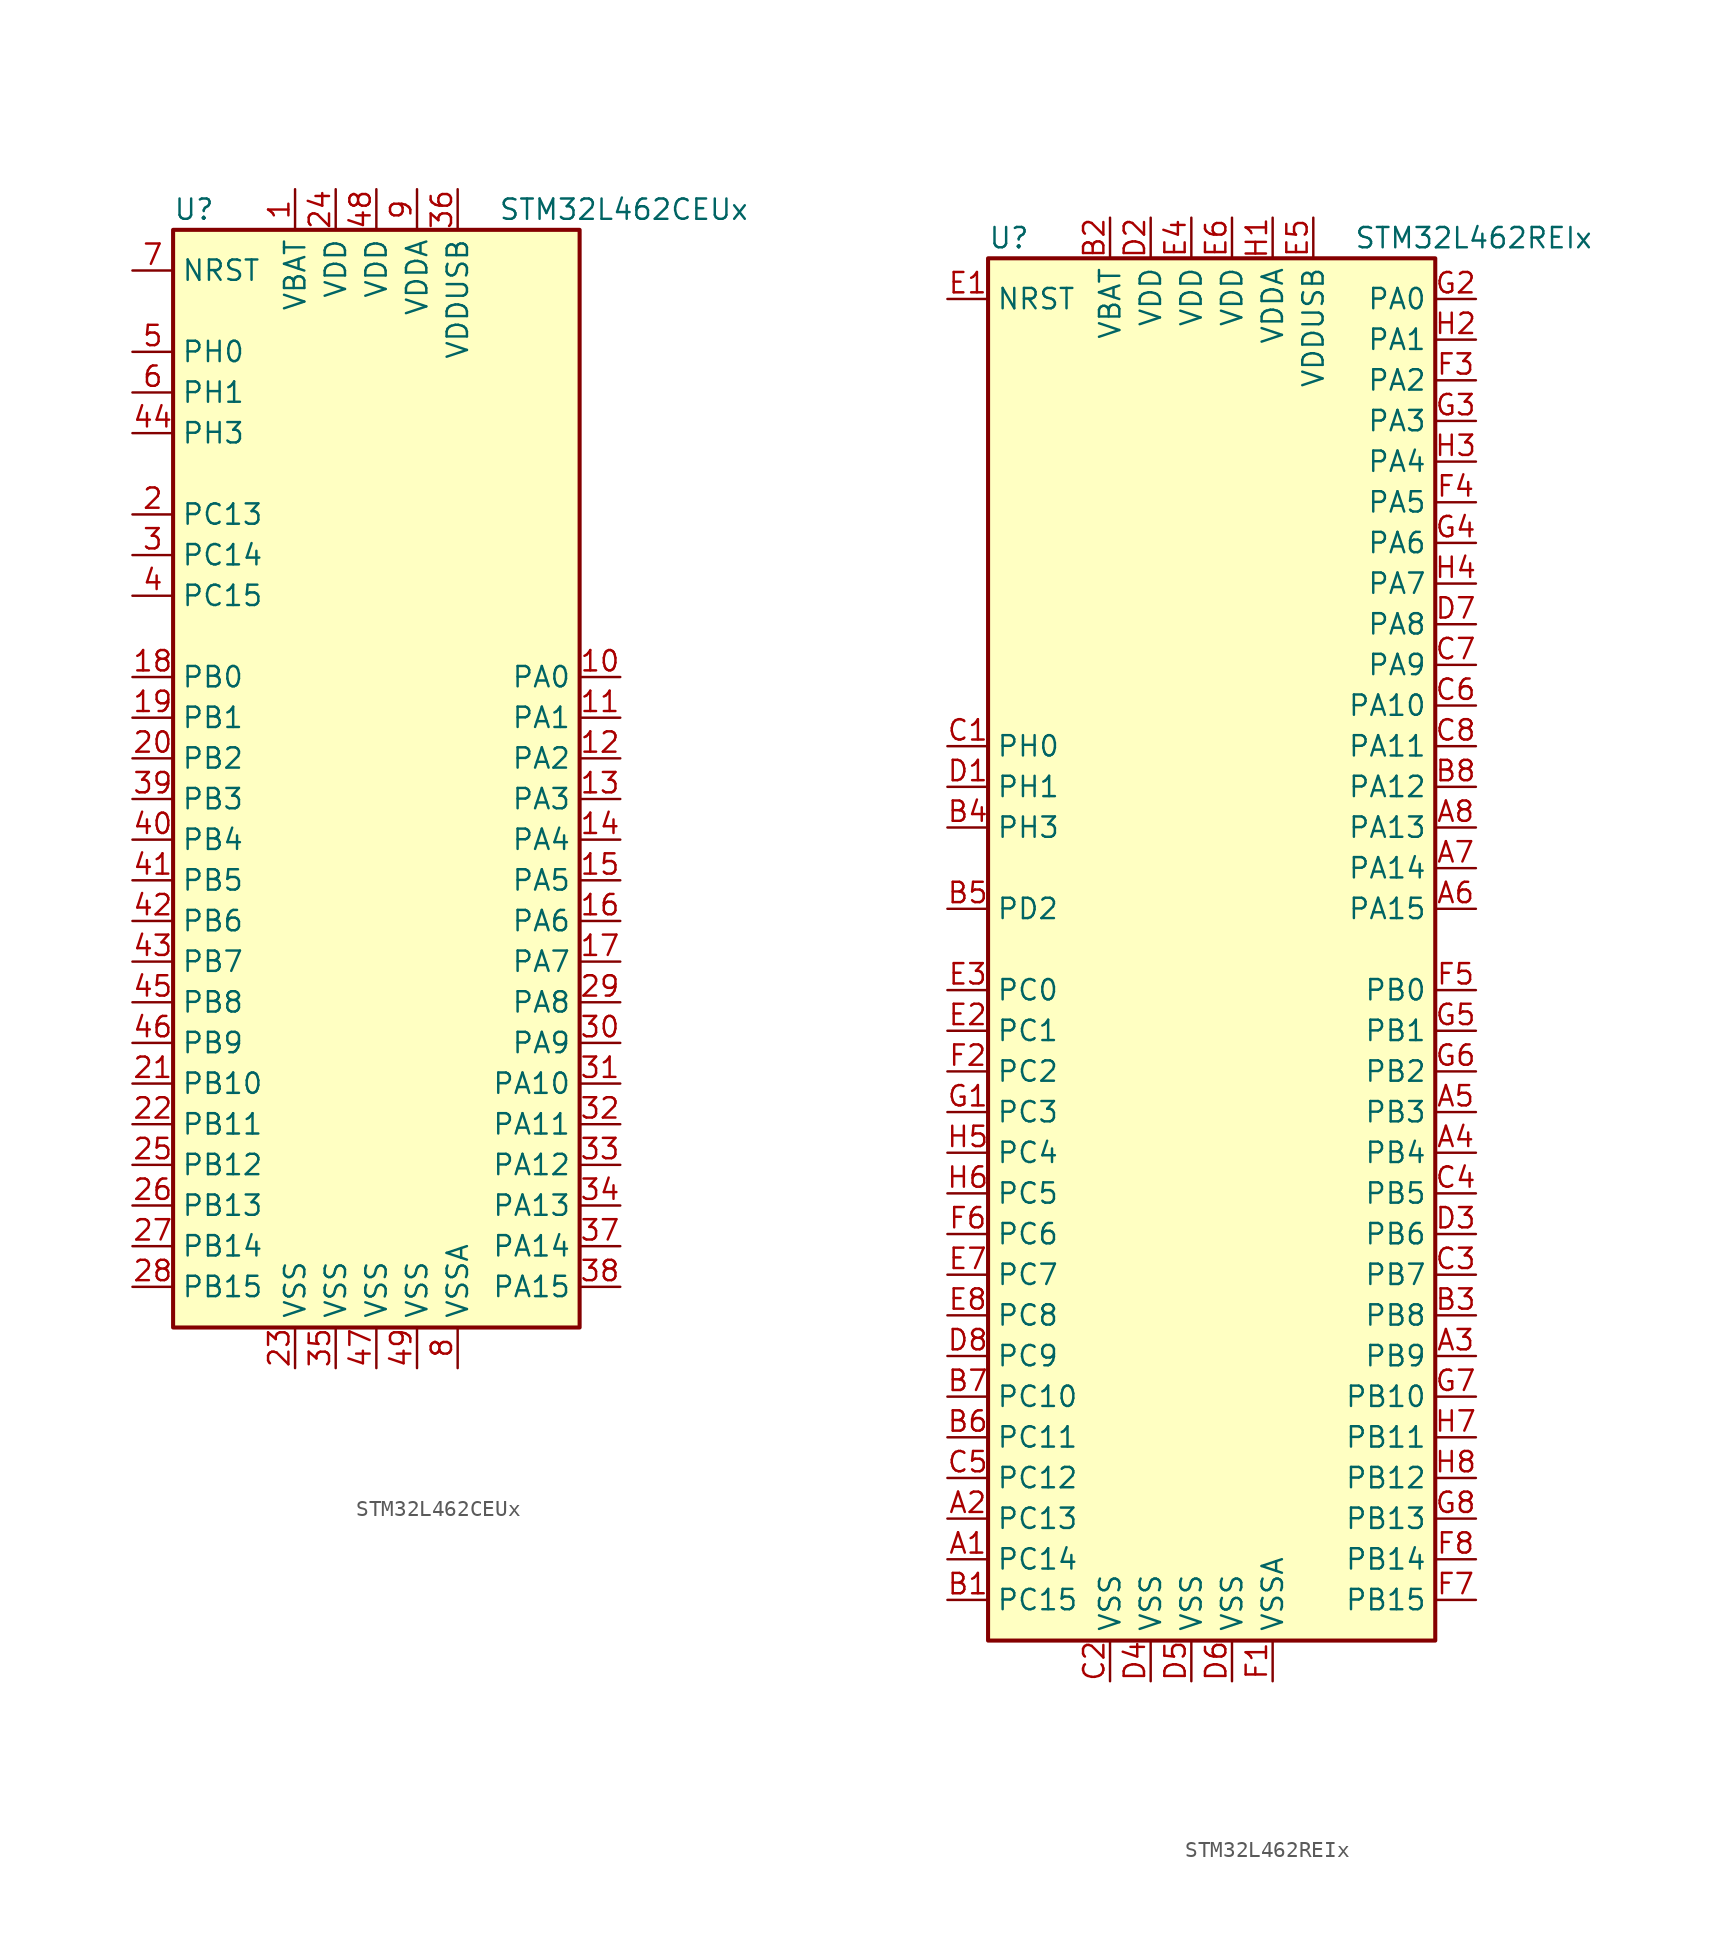
<source format=kicad_sym>
(kicad_symbol_lib
  (version 20201005)
  (generator kicad_symbol_editor)
  (symbol "MCU_ST_STM32L4:STM32L462CEUx"
    (property "Reference" "U"
      (at -12.7 34.29 0)
      (effects (font (size 1.27 1.27)) (justify left)))
    (property "Value" "STM32L462CEUx"
      (at 7.62 34.29 0)
      (effects (font (size 1.27 1.27)) (justify left)))
    (symbol "STM32L462CEUx_0_1"
      (rectangle (start -12.7 -35.56) (end 12.7 33.02) (stroke (width 0.254)) (fill (type background))))
    (symbol "STM32L462CEUx_1_1"
      (pin power_in line (at -5.08 35.56 270) (length 2.54) (name "VBAT" (effects (font (size 1.27 1.27)))) (number "1" (effects (font (size 1.27 1.27)))))
      (pin bidirectional line (at 15.24 5.08 180) (length 2.54) (name "PA0" (effects (font (size 1.27 1.27)))) (number "10" (effects (font (size 1.27 1.27)))))
      (pin bidirectional line (at 15.24 2.54 180) (length 2.54) (name "PA1" (effects (font (size 1.27 1.27)))) (number "11" (effects (font (size 1.27 1.27)))))
      (pin bidirectional line (at 15.24 0 180) (length 2.54) (name "PA2" (effects (font (size 1.27 1.27)))) (number "12" (effects (font (size 1.27 1.27)))))
      (pin bidirectional line (at 15.24 -2.54 180) (length 2.54) (name "PA3" (effects (font (size 1.27 1.27)))) (number "13" (effects (font (size 1.27 1.27)))))
      (pin bidirectional line (at 15.24 -5.08 180) (length 2.54) (name "PA4" (effects (font (size 1.27 1.27)))) (number "14" (effects (font (size 1.27 1.27)))))
      (pin bidirectional line (at 15.24 -7.62 180) (length 2.54) (name "PA5" (effects (font (size 1.27 1.27)))) (number "15" (effects (font (size 1.27 1.27)))))
      (pin bidirectional line (at 15.24 -10.16 180) (length 2.54) (name "PA6" (effects (font (size 1.27 1.27)))) (number "16" (effects (font (size 1.27 1.27)))))
      (pin bidirectional line (at 15.24 -12.7 180) (length 2.54) (name "PA7" (effects (font (size 1.27 1.27)))) (number "17" (effects (font (size 1.27 1.27)))))
      (pin bidirectional line (at -15.24 5.08 0) (length 2.54) (name "PB0" (effects (font (size 1.27 1.27)))) (number "18" (effects (font (size 1.27 1.27)))))
      (pin bidirectional line (at -15.24 2.54 0) (length 2.54) (name "PB1" (effects (font (size 1.27 1.27)))) (number "19" (effects (font (size 1.27 1.27)))))
      (pin bidirectional line (at -15.24 15.24 0) (length 2.54) (name "PC13" (effects (font (size 1.27 1.27)))) (number "2" (effects (font (size 1.27 1.27)))))
      (pin bidirectional line (at -15.24 0 0) (length 2.54) (name "PB2" (effects (font (size 1.27 1.27)))) (number "20" (effects (font (size 1.27 1.27)))))
      (pin bidirectional line (at -15.24 -20.32 0) (length 2.54) (name "PB10" (effects (font (size 1.27 1.27)))) (number "21" (effects (font (size 1.27 1.27)))))
      (pin bidirectional line (at -15.24 -22.86 0) (length 2.54) (name "PB11" (effects (font (size 1.27 1.27)))) (number "22" (effects (font (size 1.27 1.27)))))
      (pin power_in line (at -5.08 -38.1 90) (length 2.54) (name "VSS" (effects (font (size 1.27 1.27)))) (number "23" (effects (font (size 1.27 1.27)))))
      (pin power_in line (at -2.54 35.56 270) (length 2.54) (name "VDD" (effects (font (size 1.27 1.27)))) (number "24" (effects (font (size 1.27 1.27)))))
      (pin bidirectional line (at -15.24 -25.4 0) (length 2.54) (name "PB12" (effects (font (size 1.27 1.27)))) (number "25" (effects (font (size 1.27 1.27)))))
      (pin bidirectional line (at -15.24 -27.94 0) (length 2.54) (name "PB13" (effects (font (size 1.27 1.27)))) (number "26" (effects (font (size 1.27 1.27)))))
      (pin bidirectional line (at -15.24 -30.48 0) (length 2.54) (name "PB14" (effects (font (size 1.27 1.27)))) (number "27" (effects (font (size 1.27 1.27)))))
      (pin bidirectional line (at -15.24 -33.02 0) (length 2.54) (name "PB15" (effects (font (size 1.27 1.27)))) (number "28" (effects (font (size 1.27 1.27)))))
      (pin bidirectional line (at 15.24 -15.24 180) (length 2.54) (name "PA8" (effects (font (size 1.27 1.27)))) (number "29" (effects (font (size 1.27 1.27)))))
      (pin bidirectional line (at -15.24 12.7 0) (length 2.54) (name "PC14" (effects (font (size 1.27 1.27)))) (number "3" (effects (font (size 1.27 1.27)))))
      (pin bidirectional line (at 15.24 -17.78 180) (length 2.54) (name "PA9" (effects (font (size 1.27 1.27)))) (number "30" (effects (font (size 1.27 1.27)))))
      (pin bidirectional line (at 15.24 -20.32 180) (length 2.54) (name "PA10" (effects (font (size 1.27 1.27)))) (number "31" (effects (font (size 1.27 1.27)))))
      (pin bidirectional line (at 15.24 -22.86 180) (length 2.54) (name "PA11" (effects (font (size 1.27 1.27)))) (number "32" (effects (font (size 1.27 1.27)))))
      (pin bidirectional line (at 15.24 -25.4 180) (length 2.54) (name "PA12" (effects (font (size 1.27 1.27)))) (number "33" (effects (font (size 1.27 1.27)))))
      (pin bidirectional line (at 15.24 -27.94 180) (length 2.54) (name "PA13" (effects (font (size 1.27 1.27)))) (number "34" (effects (font (size 1.27 1.27)))))
      (pin power_in line (at -2.54 -38.1 90) (length 2.54) (name "VSS" (effects (font (size 1.27 1.27)))) (number "35" (effects (font (size 1.27 1.27)))))
      (pin power_in line (at 5.08 35.56 270) (length 2.54) (name "VDDUSB" (effects (font (size 1.27 1.27)))) (number "36" (effects (font (size 1.27 1.27)))))
      (pin bidirectional line (at 15.24 -30.48 180) (length 2.54) (name "PA14" (effects (font (size 1.27 1.27)))) (number "37" (effects (font (size 1.27 1.27)))))
      (pin bidirectional line (at 15.24 -33.02 180) (length 2.54) (name "PA15" (effects (font (size 1.27 1.27)))) (number "38" (effects (font (size 1.27 1.27)))))
      (pin bidirectional line (at -15.24 -2.54 0) (length 2.54) (name "PB3" (effects (font (size 1.27 1.27)))) (number "39" (effects (font (size 1.27 1.27)))))
      (pin bidirectional line (at -15.24 10.16 0) (length 2.54) (name "PC15" (effects (font (size 1.27 1.27)))) (number "4" (effects (font (size 1.27 1.27)))))
      (pin bidirectional line (at -15.24 -5.08 0) (length 2.54) (name "PB4" (effects (font (size 1.27 1.27)))) (number "40" (effects (font (size 1.27 1.27)))))
      (pin bidirectional line (at -15.24 -7.62 0) (length 2.54) (name "PB5" (effects (font (size 1.27 1.27)))) (number "41" (effects (font (size 1.27 1.27)))))
      (pin bidirectional line (at -15.24 -10.16 0) (length 2.54) (name "PB6" (effects (font (size 1.27 1.27)))) (number "42" (effects (font (size 1.27 1.27)))))
      (pin bidirectional line (at -15.24 -12.7 0) (length 2.54) (name "PB7" (effects (font (size 1.27 1.27)))) (number "43" (effects (font (size 1.27 1.27)))))
      (pin bidirectional line (at -15.24 20.32 0) (length 2.54) (name "PH3" (effects (font (size 1.27 1.27)))) (number "44" (effects (font (size 1.27 1.27)))))
      (pin bidirectional line (at -15.24 -15.24 0) (length 2.54) (name "PB8" (effects (font (size 1.27 1.27)))) (number "45" (effects (font (size 1.27 1.27)))))
      (pin bidirectional line (at -15.24 -17.78 0) (length 2.54) (name "PB9" (effects (font (size 1.27 1.27)))) (number "46" (effects (font (size 1.27 1.27)))))
      (pin power_in line (at 0 -38.1 90) (length 2.54) (name "VSS" (effects (font (size 1.27 1.27)))) (number "47" (effects (font (size 1.27 1.27)))))
      (pin power_in line (at 0 35.56 270) (length 2.54) (name "VDD" (effects (font (size 1.27 1.27)))) (number "48" (effects (font (size 1.27 1.27)))))
      (pin power_in line (at 2.54 -38.1 90) (length 2.54) (name "VSS" (effects (font (size 1.27 1.27)))) (number "49" (effects (font (size 1.27 1.27)))))
      (pin input line (at -15.24 25.4 0) (length 2.54) (name "PH0" (effects (font (size 1.27 1.27)))) (number "5" (effects (font (size 1.27 1.27)))))
      (pin input line (at -15.24 22.86 0) (length 2.54) (name "PH1" (effects (font (size 1.27 1.27)))) (number "6" (effects (font (size 1.27 1.27)))))
      (pin input line (at -15.24 30.48 0) (length 2.54) (name "NRST" (effects (font (size 1.27 1.27)))) (number "7" (effects (font (size 1.27 1.27)))))
      (pin power_in line (at 5.08 -38.1 90) (length 2.54) (name "VSSA" (effects (font (size 1.27 1.27)))) (number "8" (effects (font (size 1.27 1.27)))))
      (pin power_in line (at 2.54 35.56 270) (length 2.54) (name "VDDA" (effects (font (size 1.27 1.27)))) (number "9" (effects (font (size 1.27 1.27)))))))
  (symbol "MCU_ST_STM32L4:STM32L462REIx"
    (property "Reference" "U"
      (at -15.24 44.45 0)
      (effects (font (size 1.27 1.27)) (justify left)))
    (property "Value" "STM32L462REIx"
      (at 7.62 44.45 0)
      (effects (font (size 1.27 1.27)) (justify left)))
    (symbol "STM32L462REIx_0_1"
      (rectangle (start -15.24 -43.18) (end 12.7 43.18) (stroke (width 0.254)) (fill (type background))))
    (symbol "STM32L462REIx_1_1"
      (pin bidirectional line (at -17.78 -38.1 0) (length 2.54) (name "PC14" (effects (font (size 1.27 1.27)))) (number "A1" (effects (font (size 1.27 1.27)))))
      (pin bidirectional line (at -17.78 -35.56 0) (length 2.54) (name "PC13" (effects (font (size 1.27 1.27)))) (number "A2" (effects (font (size 1.27 1.27)))))
      (pin bidirectional line (at 15.24 -25.4 180) (length 2.54) (name "PB9" (effects (font (size 1.27 1.27)))) (number "A3" (effects (font (size 1.27 1.27)))))
      (pin bidirectional line (at 15.24 -12.7 180) (length 2.54) (name "PB4" (effects (font (size 1.27 1.27)))) (number "A4" (effects (font (size 1.27 1.27)))))
      (pin bidirectional line (at 15.24 -10.16 180) (length 2.54) (name "PB3" (effects (font (size 1.27 1.27)))) (number "A5" (effects (font (size 1.27 1.27)))))
      (pin bidirectional line (at 15.24 2.54 180) (length 2.54) (name "PA15" (effects (font (size 1.27 1.27)))) (number "A6" (effects (font (size 1.27 1.27)))))
      (pin bidirectional line (at 15.24 5.08 180) (length 2.54) (name "PA14" (effects (font (size 1.27 1.27)))) (number "A7" (effects (font (size 1.27 1.27)))))
      (pin bidirectional line (at 15.24 7.62 180) (length 2.54) (name "PA13" (effects (font (size 1.27 1.27)))) (number "A8" (effects (font (size 1.27 1.27)))))
      (pin bidirectional line (at -17.78 -40.64 0) (length 2.54) (name "PC15" (effects (font (size 1.27 1.27)))) (number "B1" (effects (font (size 1.27 1.27)))))
      (pin power_in line (at -7.62 45.72 270) (length 2.54) (name "VBAT" (effects (font (size 1.27 1.27)))) (number "B2" (effects (font (size 1.27 1.27)))))
      (pin bidirectional line (at 15.24 -22.86 180) (length 2.54) (name "PB8" (effects (font (size 1.27 1.27)))) (number "B3" (effects (font (size 1.27 1.27)))))
      (pin bidirectional line (at -17.78 7.62 0) (length 2.54) (name "PH3" (effects (font (size 1.27 1.27)))) (number "B4" (effects (font (size 1.27 1.27)))))
      (pin bidirectional line (at -17.78 2.54 0) (length 2.54) (name "PD2" (effects (font (size 1.27 1.27)))) (number "B5" (effects (font (size 1.27 1.27)))))
      (pin bidirectional line (at -17.78 -30.48 0) (length 2.54) (name "PC11" (effects (font (size 1.27 1.27)))) (number "B6" (effects (font (size 1.27 1.27)))))
      (pin bidirectional line (at -17.78 -27.94 0) (length 2.54) (name "PC10" (effects (font (size 1.27 1.27)))) (number "B7" (effects (font (size 1.27 1.27)))))
      (pin bidirectional line (at 15.24 10.16 180) (length 2.54) (name "PA12" (effects (font (size 1.27 1.27)))) (number "B8" (effects (font (size 1.27 1.27)))))
      (pin input line (at -17.78 12.7 0) (length 2.54) (name "PH0" (effects (font (size 1.27 1.27)))) (number "C1" (effects (font (size 1.27 1.27)))))
      (pin power_in line (at -7.62 -45.72 90) (length 2.54) (name "VSS" (effects (font (size 1.27 1.27)))) (number "C2" (effects (font (size 1.27 1.27)))))
      (pin bidirectional line (at 15.24 -20.32 180) (length 2.54) (name "PB7" (effects (font (size 1.27 1.27)))) (number "C3" (effects (font (size 1.27 1.27)))))
      (pin bidirectional line (at 15.24 -15.24 180) (length 2.54) (name "PB5" (effects (font (size 1.27 1.27)))) (number "C4" (effects (font (size 1.27 1.27)))))
      (pin bidirectional line (at -17.78 -33.02 0) (length 2.54) (name "PC12" (effects (font (size 1.27 1.27)))) (number "C5" (effects (font (size 1.27 1.27)))))
      (pin bidirectional line (at 15.24 15.24 180) (length 2.54) (name "PA10" (effects (font (size 1.27 1.27)))) (number "C6" (effects (font (size 1.27 1.27)))))
      (pin bidirectional line (at 15.24 17.78 180) (length 2.54) (name "PA9" (effects (font (size 1.27 1.27)))) (number "C7" (effects (font (size 1.27 1.27)))))
      (pin bidirectional line (at 15.24 12.7 180) (length 2.54) (name "PA11" (effects (font (size 1.27 1.27)))) (number "C8" (effects (font (size 1.27 1.27)))))
      (pin input line (at -17.78 10.16 0) (length 2.54) (name "PH1" (effects (font (size 1.27 1.27)))) (number "D1" (effects (font (size 1.27 1.27)))))
      (pin power_in line (at -5.08 45.72 270) (length 2.54) (name "VDD" (effects (font (size 1.27 1.27)))) (number "D2" (effects (font (size 1.27 1.27)))))
      (pin bidirectional line (at 15.24 -17.78 180) (length 2.54) (name "PB6" (effects (font (size 1.27 1.27)))) (number "D3" (effects (font (size 1.27 1.27)))))
      (pin power_in line (at -5.08 -45.72 90) (length 2.54) (name "VSS" (effects (font (size 1.27 1.27)))) (number "D4" (effects (font (size 1.27 1.27)))))
      (pin power_in line (at -2.54 -45.72 90) (length 2.54) (name "VSS" (effects (font (size 1.27 1.27)))) (number "D5" (effects (font (size 1.27 1.27)))))
      (pin power_in line (at 0 -45.72 90) (length 2.54) (name "VSS" (effects (font (size 1.27 1.27)))) (number "D6" (effects (font (size 1.27 1.27)))))
      (pin bidirectional line (at 15.24 20.32 180) (length 2.54) (name "PA8" (effects (font (size 1.27 1.27)))) (number "D7" (effects (font (size 1.27 1.27)))))
      (pin bidirectional line (at -17.78 -25.4 0) (length 2.54) (name "PC9" (effects (font (size 1.27 1.27)))) (number "D8" (effects (font (size 1.27 1.27)))))
      (pin input line (at -17.78 40.64 0) (length 2.54) (name "NRST" (effects (font (size 1.27 1.27)))) (number "E1" (effects (font (size 1.27 1.27)))))
      (pin bidirectional line (at -17.78 -5.08 0) (length 2.54) (name "PC1" (effects (font (size 1.27 1.27)))) (number "E2" (effects (font (size 1.27 1.27)))))
      (pin bidirectional line (at -17.78 -2.54 0) (length 2.54) (name "PC0" (effects (font (size 1.27 1.27)))) (number "E3" (effects (font (size 1.27 1.27)))))
      (pin power_in line (at -2.54 45.72 270) (length 2.54) (name "VDD" (effects (font (size 1.27 1.27)))) (number "E4" (effects (font (size 1.27 1.27)))))
      (pin power_in line (at 5.08 45.72 270) (length 2.54) (name "VDDUSB" (effects (font (size 1.27 1.27)))) (number "E5" (effects (font (size 1.27 1.27)))))
      (pin power_in line (at 0 45.72 270) (length 2.54) (name "VDD" (effects (font (size 1.27 1.27)))) (number "E6" (effects (font (size 1.27 1.27)))))
      (pin bidirectional line (at -17.78 -20.32 0) (length 2.54) (name "PC7" (effects (font (size 1.27 1.27)))) (number "E7" (effects (font (size 1.27 1.27)))))
      (pin bidirectional line (at -17.78 -22.86 0) (length 2.54) (name "PC8" (effects (font (size 1.27 1.27)))) (number "E8" (effects (font (size 1.27 1.27)))))
      (pin power_in line (at 2.54 -45.72 90) (length 2.54) (name "VSSA" (effects (font (size 1.27 1.27)))) (number "F1" (effects (font (size 1.27 1.27)))))
      (pin bidirectional line (at -17.78 -7.62 0) (length 2.54) (name "PC2" (effects (font (size 1.27 1.27)))) (number "F2" (effects (font (size 1.27 1.27)))))
      (pin bidirectional line (at 15.24 35.56 180) (length 2.54) (name "PA2" (effects (font (size 1.27 1.27)))) (number "F3" (effects (font (size 1.27 1.27)))))
      (pin bidirectional line (at 15.24 27.94 180) (length 2.54) (name "PA5" (effects (font (size 1.27 1.27)))) (number "F4" (effects (font (size 1.27 1.27)))))
      (pin bidirectional line (at 15.24 -2.54 180) (length 2.54) (name "PB0" (effects (font (size 1.27 1.27)))) (number "F5" (effects (font (size 1.27 1.27)))))
      (pin bidirectional line (at -17.78 -17.78 0) (length 2.54) (name "PC6" (effects (font (size 1.27 1.27)))) (number "F6" (effects (font (size 1.27 1.27)))))
      (pin bidirectional line (at 15.24 -40.64 180) (length 2.54) (name "PB15" (effects (font (size 1.27 1.27)))) (number "F7" (effects (font (size 1.27 1.27)))))
      (pin bidirectional line (at 15.24 -38.1 180) (length 2.54) (name "PB14" (effects (font (size 1.27 1.27)))) (number "F8" (effects (font (size 1.27 1.27)))))
      (pin bidirectional line (at -17.78 -10.16 0) (length 2.54) (name "PC3" (effects (font (size 1.27 1.27)))) (number "G1" (effects (font (size 1.27 1.27)))))
      (pin bidirectional line (at 15.24 40.64 180) (length 2.54) (name "PA0" (effects (font (size 1.27 1.27)))) (number "G2" (effects (font (size 1.27 1.27)))))
      (pin bidirectional line (at 15.24 33.02 180) (length 2.54) (name "PA3" (effects (font (size 1.27 1.27)))) (number "G3" (effects (font (size 1.27 1.27)))))
      (pin bidirectional line (at 15.24 25.4 180) (length 2.54) (name "PA6" (effects (font (size 1.27 1.27)))) (number "G4" (effects (font (size 1.27 1.27)))))
      (pin bidirectional line (at 15.24 -5.08 180) (length 2.54) (name "PB1" (effects (font (size 1.27 1.27)))) (number "G5" (effects (font (size 1.27 1.27)))))
      (pin bidirectional line (at 15.24 -7.62 180) (length 2.54) (name "PB2" (effects (font (size 1.27 1.27)))) (number "G6" (effects (font (size 1.27 1.27)))))
      (pin bidirectional line (at 15.24 -27.94 180) (length 2.54) (name "PB10" (effects (font (size 1.27 1.27)))) (number "G7" (effects (font (size 1.27 1.27)))))
      (pin bidirectional line (at 15.24 -35.56 180) (length 2.54) (name "PB13" (effects (font (size 1.27 1.27)))) (number "G8" (effects (font (size 1.27 1.27)))))
      (pin power_in line (at 2.54 45.72 270) (length 2.54) (name "VDDA" (effects (font (size 1.27 1.27)))) (number "H1" (effects (font (size 1.27 1.27)))))
      (pin bidirectional line (at 15.24 38.1 180) (length 2.54) (name "PA1" (effects (font (size 1.27 1.27)))) (number "H2" (effects (font (size 1.27 1.27)))))
      (pin bidirectional line (at 15.24 30.48 180) (length 2.54) (name "PA4" (effects (font (size 1.27 1.27)))) (number "H3" (effects (font (size 1.27 1.27)))))
      (pin bidirectional line (at 15.24 22.86 180) (length 2.54) (name "PA7" (effects (font (size 1.27 1.27)))) (number "H4" (effects (font (size 1.27 1.27)))))
      (pin bidirectional line (at -17.78 -12.7 0) (length 2.54) (name "PC4" (effects (font (size 1.27 1.27)))) (number "H5" (effects (font (size 1.27 1.27)))))
      (pin bidirectional line (at -17.78 -15.24 0) (length 2.54) (name "PC5" (effects (font (size 1.27 1.27)))) (number "H6" (effects (font (size 1.27 1.27)))))
      (pin bidirectional line (at 15.24 -30.48 180) (length 2.54) (name "PB11" (effects (font (size 1.27 1.27)))) (number "H7" (effects (font (size 1.27 1.27)))))
      (pin bidirectional line (at 15.24 -33.02 180) (length 2.54) (name "PB12" (effects (font (size 1.27 1.27)))) (number "H8" (effects (font (size 1.27 1.27))))))))
</source>
